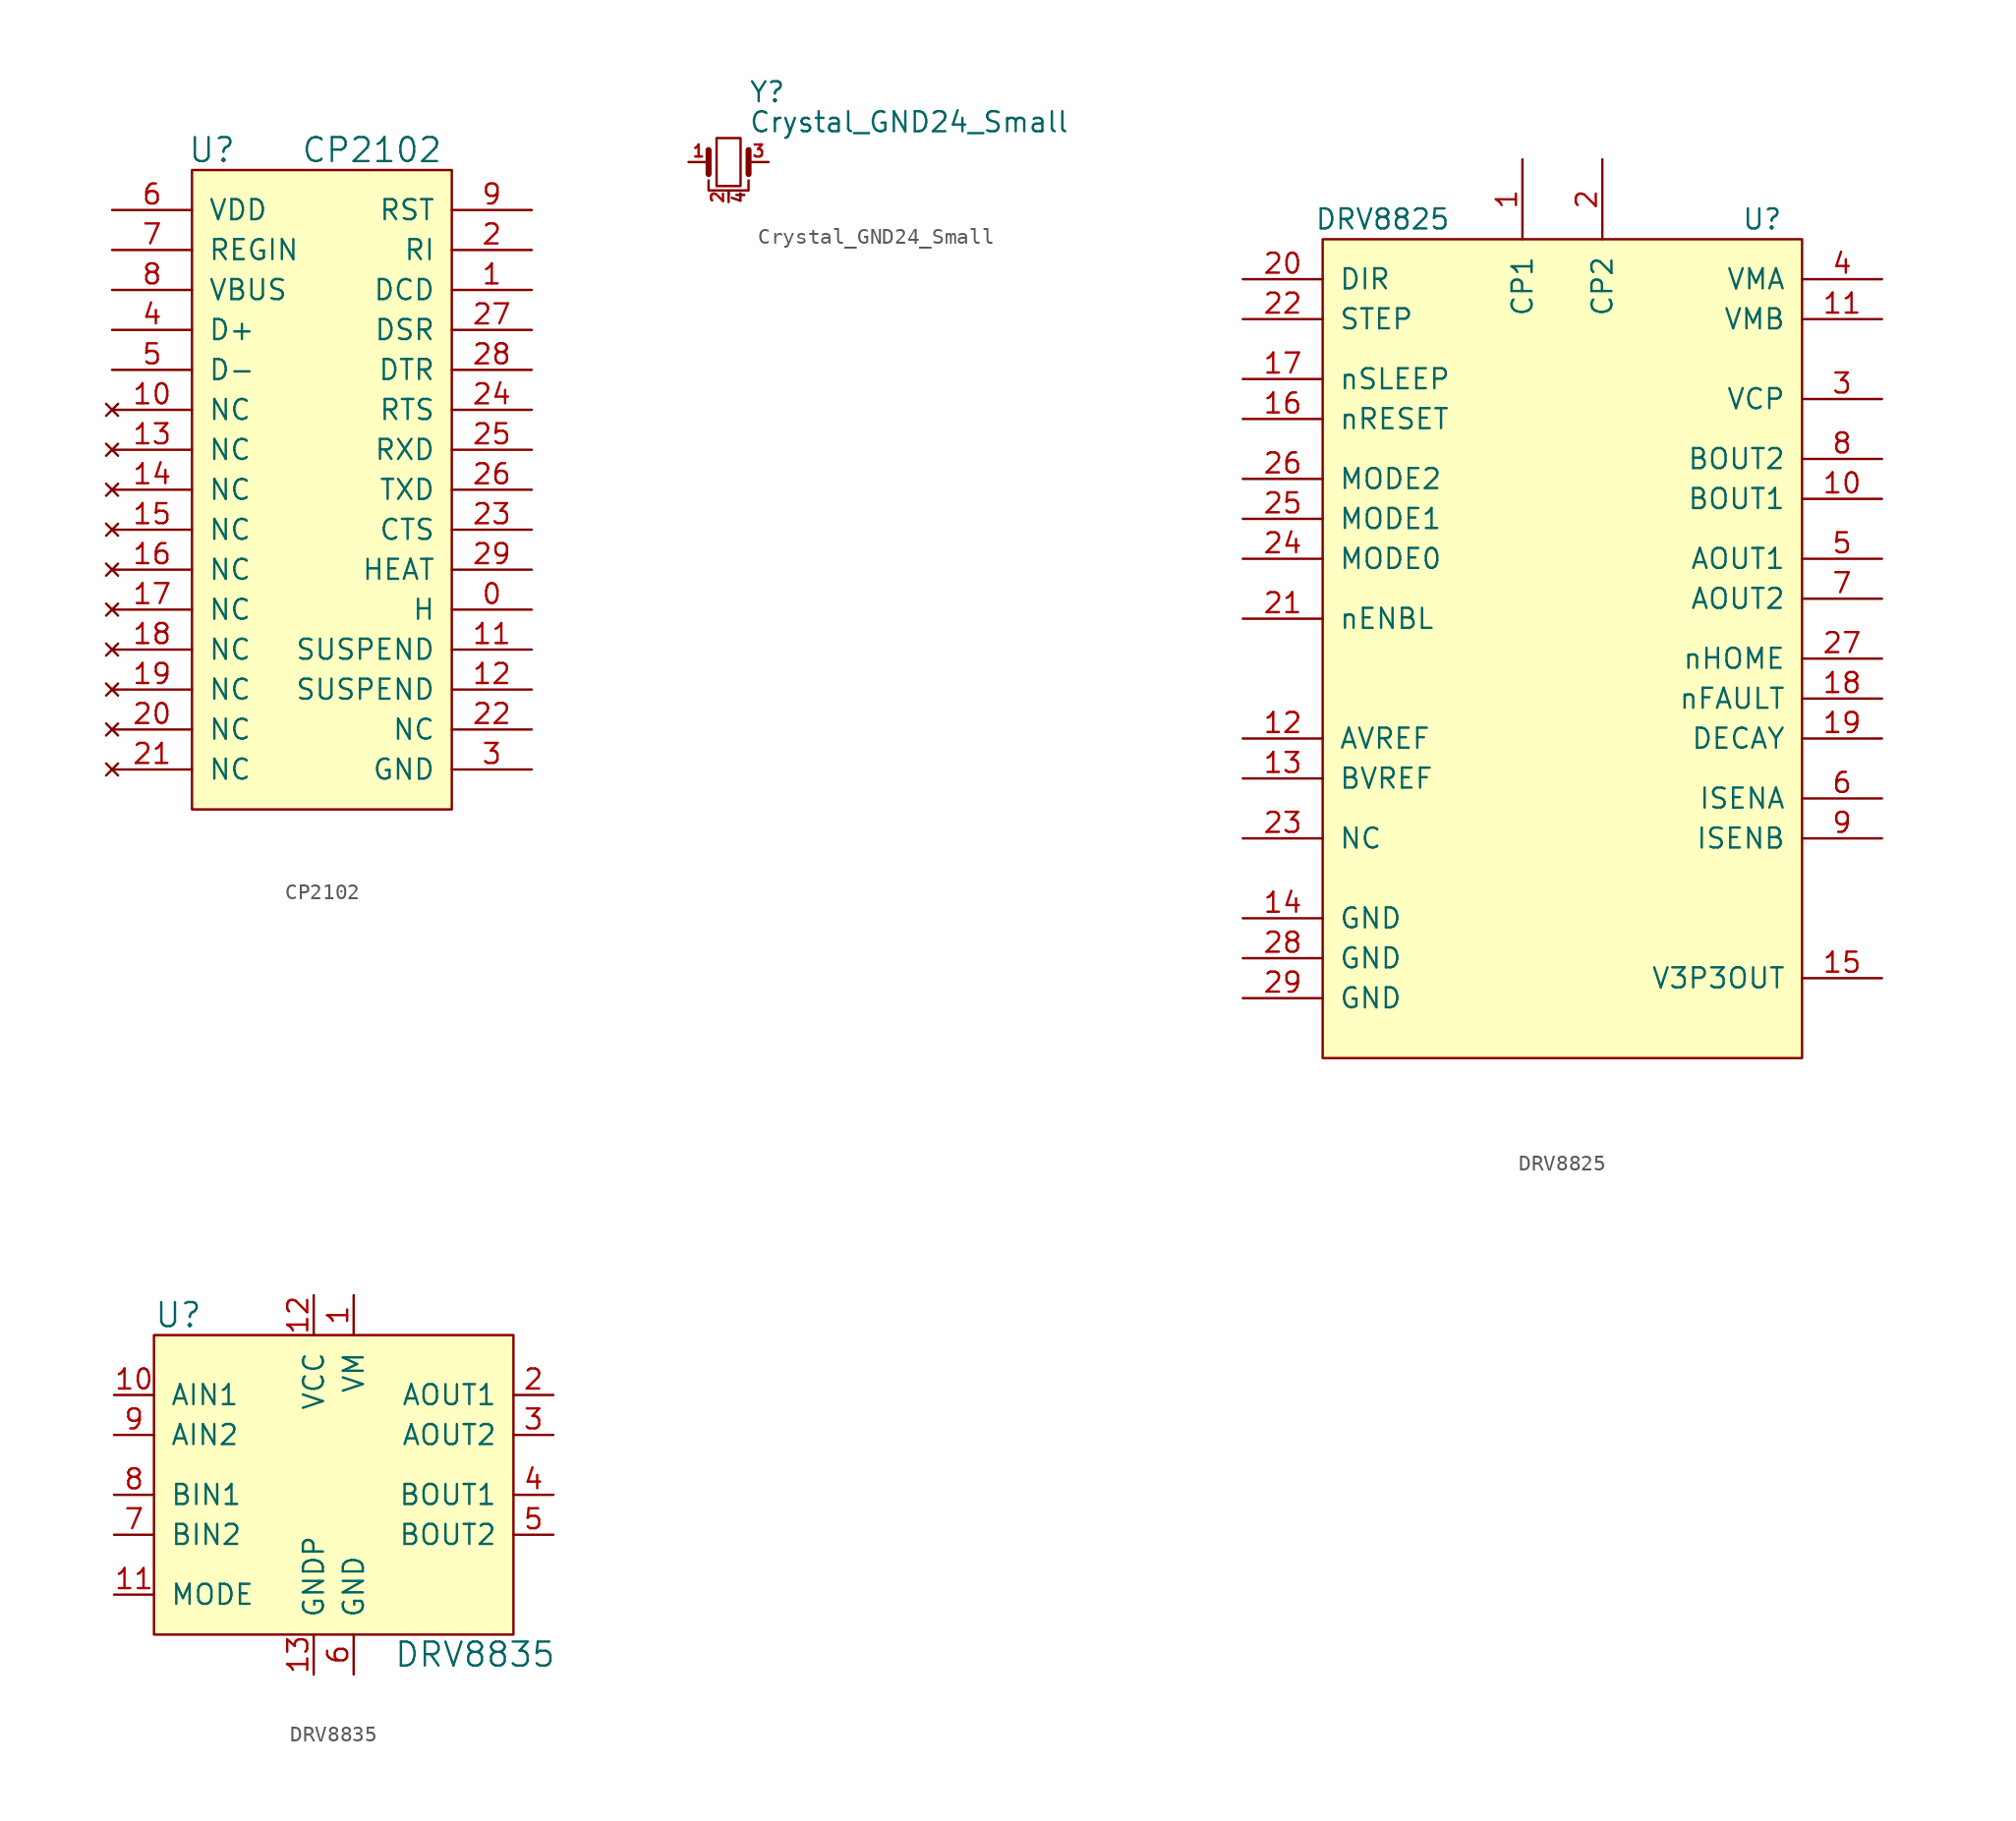
<source format=kicad_sym>
(kicad_symbol_lib
  (version 20211014)
  (generator kicad_symbol_editor)
  (symbol "CP2102"
    (pin_names
      (offset 1.016))
    (property "Reference" "U"
      (at -7.62 21.59 0)
      (effects (font (size 1.524 1.524))))
    (property "Value" "CP2102"
      (at 2.54 21.59 0)
      (effects (font (size 1.524 1.524))))
    (symbol "CP2102_0_1"
      (rectangle (start -8.89 20.32) (end 7.62 -20.32) (stroke (width 0) (type default) (color 0 0 0 0)) (fill (type background))))
    (symbol "CP2102_1_1"
      (pin input line (at 12.7 -7.62 180) (length 5.08) (name "H" (effects (font (size 1.27 1.27)))) (number "0" (effects (font (size 1.27 1.27)))))
      (pin input line (at 12.7 12.7 180) (length 5.08) (name "DCD" (effects (font (size 1.27 1.27)))) (number "1" (effects (font (size 1.27 1.27)))))
      (pin no_connect line (at -13.97 5.08 0) (length 5.08) (name "NC" (effects (font (size 1.27 1.27)))) (number "10" (effects (font (size 1.27 1.27)))))
      (pin input line (at 12.7 -10.16 180) (length 5.08) (name "SUSPEND" (effects (font (size 1.27 1.27)))) (number "11" (effects (font (size 1.27 1.27)))))
      (pin input line (at 12.7 -12.7 180) (length 5.08) (name "SUSPEND" (effects (font (size 1.27 1.27)))) (number "12" (effects (font (size 1.27 1.27)))))
      (pin no_connect line (at -13.97 2.54 0) (length 5.08) (name "NC" (effects (font (size 1.27 1.27)))) (number "13" (effects (font (size 1.27 1.27)))))
      (pin no_connect line (at -13.97 0 0) (length 5.08) (name "NC" (effects (font (size 1.27 1.27)))) (number "14" (effects (font (size 1.27 1.27)))))
      (pin no_connect line (at -13.97 -2.54 0) (length 5.08) (name "NC" (effects (font (size 1.27 1.27)))) (number "15" (effects (font (size 1.27 1.27)))))
      (pin no_connect line (at -13.97 -5.08 0) (length 5.08) (name "NC" (effects (font (size 1.27 1.27)))) (number "16" (effects (font (size 1.27 1.27)))))
      (pin no_connect line (at -13.97 -7.62 0) (length 5.08) (name "NC" (effects (font (size 1.27 1.27)))) (number "17" (effects (font (size 1.27 1.27)))))
      (pin no_connect line (at -13.97 -10.16 0) (length 5.08) (name "NC" (effects (font (size 1.27 1.27)))) (number "18" (effects (font (size 1.27 1.27)))))
      (pin no_connect line (at -13.97 -12.7 0) (length 5.08) (name "NC" (effects (font (size 1.27 1.27)))) (number "19" (effects (font (size 1.27 1.27)))))
      (pin input line (at 12.7 15.24 180) (length 5.08) (name "RI" (effects (font (size 1.27 1.27)))) (number "2" (effects (font (size 1.27 1.27)))))
      (pin no_connect line (at -13.97 -15.24 0) (length 5.08) (name "NC" (effects (font (size 1.27 1.27)))) (number "20" (effects (font (size 1.27 1.27)))))
      (pin no_connect line (at -13.97 -17.78 0) (length 5.08) (name "NC" (effects (font (size 1.27 1.27)))) (number "21" (effects (font (size 1.27 1.27)))))
      (pin input line (at 12.7 -15.24 180) (length 5.08) (name "NC" (effects (font (size 1.27 1.27)))) (number "22" (effects (font (size 1.27 1.27)))))
      (pin input line (at 12.7 -2.54 180) (length 5.08) (name "CTS" (effects (font (size 1.27 1.27)))) (number "23" (effects (font (size 1.27 1.27)))))
      (pin input line (at 12.7 5.08 180) (length 5.08) (name "RTS" (effects (font (size 1.27 1.27)))) (number "24" (effects (font (size 1.27 1.27)))))
      (pin input line (at 12.7 2.54 180) (length 5.08) (name "RXD" (effects (font (size 1.27 1.27)))) (number "25" (effects (font (size 1.27 1.27)))))
      (pin input line (at 12.7 0 180) (length 5.08) (name "TXD" (effects (font (size 1.27 1.27)))) (number "26" (effects (font (size 1.27 1.27)))))
      (pin input line (at 12.7 10.16 180) (length 5.08) (name "DSR" (effects (font (size 1.27 1.27)))) (number "27" (effects (font (size 1.27 1.27)))))
      (pin input line (at 12.7 7.62 180) (length 5.08) (name "DTR" (effects (font (size 1.27 1.27)))) (number "28" (effects (font (size 1.27 1.27)))))
      (pin input line (at 12.7 -5.08 180) (length 5.08) (name "HEAT" (effects (font (size 1.27 1.27)))) (number "29" (effects (font (size 1.27 1.27)))))
      (pin input line (at 12.7 -17.78 180) (length 5.08) (name "GND" (effects (font (size 1.27 1.27)))) (number "3" (effects (font (size 1.27 1.27)))))
      (pin input line (at -13.97 10.16 0) (length 5.08) (name "D+" (effects (font (size 1.27 1.27)))) (number "4" (effects (font (size 1.27 1.27)))))
      (pin input line (at -13.97 7.62 0) (length 5.08) (name "D-" (effects (font (size 1.27 1.27)))) (number "5" (effects (font (size 1.27 1.27)))))
      (pin input line (at -13.97 17.78 0) (length 5.08) (name "VDD" (effects (font (size 1.27 1.27)))) (number "6" (effects (font (size 1.27 1.27)))))
      (pin input line (at -13.97 15.24 0) (length 5.08) (name "REGIN" (effects (font (size 1.27 1.27)))) (number "7" (effects (font (size 1.27 1.27)))))
      (pin input line (at -13.97 12.7 0) (length 5.08) (name "VBUS" (effects (font (size 1.27 1.27)))) (number "8" (effects (font (size 1.27 1.27)))))
      (pin input line (at 12.7 17.78 180) (length 5.08) (name "RST" (effects (font (size 1.27 1.27)))) (number "9" (effects (font (size 1.27 1.27)))))))
  (symbol "Crystal_GND24_Small"
    (pin_names
      (offset 1.016) hide)
    (property "Reference" "Y"
      (at 1.27 4.445 0)
      (effects (font (size 1.27 1.27)) (justify left)))
    (property "Value" "Crystal_GND24_Small"
      (at 1.27 2.54 0)
      (effects (font (size 1.27 1.27)) (justify left)))
    (symbol "Crystal_GND24_Small_0_0"
      (polyline (pts (xy 0 -2.159) (xy 0 -1.905)) (stroke (width 0) (type default) (color 0 0 0 0)) (fill (type none)))
      (text "4" (at 0.66 -2.235 900) (effects (font (size 0.762 0.762)))))
    (symbol "Crystal_GND24_Small_0_1"
      (rectangle (start -0.762 -1.524) (end 0.762 1.524) (stroke (width 0) (type default) (color 0 0 0 0)) (fill (type none)))
      (polyline (pts (xy -1.27 -0.762) (xy -1.27 0.762)) (stroke (width 0.381) (type default) (color 0 0 0 0)) (fill (type none)))
      (polyline (pts (xy 1.27 -0.762) (xy 1.27 0.762)) (stroke (width 0.381) (type default) (color 0 0 0 0)) (fill (type none)))
      (polyline (pts (xy -1.27 -1.168) (xy -1.27 -1.803) (xy 1.27 -1.803) (xy 1.27 -1.168)) (stroke (width 0) (type default) (color 0 0 0 0)) (fill (type none))))
    (symbol "Crystal_GND24_Small_1_1"
      (pin passive line (at -2.54 0 0) (length 1.27) (name "1" (effects (font (size 1.27 1.27)))) (number "1" (effects (font (size 0.762 0.762)))))
      (pin passive line (at 0 -2.54 90) (length 0.635) (name "2" (effects (font (size 1.27 1.27)))) (number "2" (effects (font (size 0.762 0.762)))))
      (pin passive line (at 2.54 0 180) (length 1.27) (name "3" (effects (font (size 1.27 1.27)))) (number "3" (effects (font (size 0.762 0.762)))))
      (pin passive line (at 0 -2.54 90) (length 0.635) hide (name "4" (effects (font (size 1.27 1.27)))) (number "4" (effects (font (size 0.762 0.762)))))))
  (symbol "DRV8825"
    (pin_names
      (offset 1.016))
    (property "Reference" "U"
      (at 8.89 19.05 0)
      (effects (font (size 1.27 1.27))))
    (property "Value" "DRV8825"
      (at -15.24 19.05 0)
      (effects (font (size 1.27 1.27))))
    (symbol "DRV8825_0_1"
      (rectangle (start 11.43 -34.29) (end -19.05 17.78) (stroke (width 0) (type default) (color 0 0 0 0)) (fill (type background))))
    (symbol "DRV8825_1_1"
      (pin input line (at -6.35 22.86 270) (length 5.08) (name "CP1" (effects (font (size 1.27 1.27)))) (number "1" (effects (font (size 1.27 1.27)))))
      (pin input line (at 16.51 1.27 180) (length 5.08) (name "BOUT1" (effects (font (size 1.27 1.27)))) (number "10" (effects (font (size 1.27 1.27)))))
      (pin input line (at 16.51 12.7 180) (length 5.08) (name "VMB" (effects (font (size 1.27 1.27)))) (number "11" (effects (font (size 1.27 1.27)))))
      (pin input line (at -24.13 -13.97 0) (length 5.08) (name "AVREF" (effects (font (size 1.27 1.27)))) (number "12" (effects (font (size 1.27 1.27)))))
      (pin input line (at -24.13 -16.51 0) (length 5.08) (name "BVREF" (effects (font (size 1.27 1.27)))) (number "13" (effects (font (size 1.27 1.27)))))
      (pin input line (at -24.13 -25.4 0) (length 5.08) (name "GND" (effects (font (size 1.27 1.27)))) (number "14" (effects (font (size 1.27 1.27)))))
      (pin input line (at 16.51 -29.21 180) (length 5.08) (name "V3P3OUT" (effects (font (size 1.27 1.27)))) (number "15" (effects (font (size 1.27 1.27)))))
      (pin input line (at -24.13 6.35 0) (length 5.08) (name "nRESET" (effects (font (size 1.27 1.27)))) (number "16" (effects (font (size 1.27 1.27)))))
      (pin input line (at -24.13 8.89 0) (length 5.08) (name "nSLEEP" (effects (font (size 1.27 1.27)))) (number "17" (effects (font (size 1.27 1.27)))))
      (pin input line (at 16.51 -11.43 180) (length 5.08) (name "nFAULT" (effects (font (size 1.27 1.27)))) (number "18" (effects (font (size 1.27 1.27)))))
      (pin input line (at 16.51 -13.97 180) (length 5.08) (name "DECAY" (effects (font (size 1.27 1.27)))) (number "19" (effects (font (size 1.27 1.27)))))
      (pin input line (at -1.27 22.86 270) (length 5.08) (name "CP2" (effects (font (size 1.27 1.27)))) (number "2" (effects (font (size 1.27 1.27)))))
      (pin input line (at -24.13 15.24 0) (length 5.08) (name "DIR" (effects (font (size 1.27 1.27)))) (number "20" (effects (font (size 1.27 1.27)))))
      (pin input line (at -24.13 -6.35 0) (length 5.08) (name "nENBL" (effects (font (size 1.27 1.27)))) (number "21" (effects (font (size 1.27 1.27)))))
      (pin input line (at -24.13 12.7 0) (length 5.08) (name "STEP" (effects (font (size 1.27 1.27)))) (number "22" (effects (font (size 1.27 1.27)))))
      (pin input line (at -24.13 -20.32 0) (length 5.08) (name "NC" (effects (font (size 1.27 1.27)))) (number "23" (effects (font (size 1.27 1.27)))))
      (pin input line (at -24.13 -2.54 0) (length 5.08) (name "MODE0" (effects (font (size 1.27 1.27)))) (number "24" (effects (font (size 1.27 1.27)))))
      (pin input line (at -24.13 0 0) (length 5.08) (name "MODE1" (effects (font (size 1.27 1.27)))) (number "25" (effects (font (size 1.27 1.27)))))
      (pin input line (at -24.13 2.54 0) (length 5.08) (name "MODE2" (effects (font (size 1.27 1.27)))) (number "26" (effects (font (size 1.27 1.27)))))
      (pin input line (at 16.51 -8.89 180) (length 5.08) (name "nHOME" (effects (font (size 1.27 1.27)))) (number "27" (effects (font (size 1.27 1.27)))))
      (pin input line (at -24.13 -27.94 0) (length 5.08) (name "GND" (effects (font (size 1.27 1.27)))) (number "28" (effects (font (size 1.27 1.27)))))
      (pin input line (at -24.13 -30.48 0) (length 5.08) (name "GND" (effects (font (size 1.27 1.27)))) (number "29" (effects (font (size 1.27 1.27)))))
      (pin input line (at 16.51 7.62 180) (length 5.08) (name "VCP" (effects (font (size 1.27 1.27)))) (number "3" (effects (font (size 1.27 1.27)))))
      (pin input line (at 16.51 15.24 180) (length 5.08) (name "VMA" (effects (font (size 1.27 1.27)))) (number "4" (effects (font (size 1.27 1.27)))))
      (pin input line (at 16.51 -2.54 180) (length 5.08) (name "AOUT1" (effects (font (size 1.27 1.27)))) (number "5" (effects (font (size 1.27 1.27)))))
      (pin input line (at 16.51 -17.78 180) (length 5.08) (name "ISENA" (effects (font (size 1.27 1.27)))) (number "6" (effects (font (size 1.27 1.27)))))
      (pin input line (at 16.51 -5.08 180) (length 5.08) (name "AOUT2" (effects (font (size 1.27 1.27)))) (number "7" (effects (font (size 1.27 1.27)))))
      (pin input line (at 16.51 3.81 180) (length 5.08) (name "BOUT2" (effects (font (size 1.27 1.27)))) (number "8" (effects (font (size 1.27 1.27)))))
      (pin input line (at 16.51 -20.32 180) (length 5.08) (name "ISENB" (effects (font (size 1.27 1.27)))) (number "9" (effects (font (size 1.27 1.27)))))))
  (symbol "DRV8835"
    (pin_names
      (offset 1.016))
    (property "Reference" "U"
      (at -11.43 10.16 0)
      (effects (font (size 1.524 1.524)) (justify left)))
    (property "Value" "DRV8835"
      (at 3.81 -11.43 0)
      (effects (font (size 1.524 1.524)) (justify left)))
    (property "Footprint" ""
      (at -7.62 3.81 0)
      (effects (font (size 1.524 1.524))))
    (property "Datasheet" ""
      (at -7.62 3.81 0)
      (effects (font (size 1.524 1.524))))
    (symbol "DRV8835_0_1"
      (rectangle (start -11.43 8.89) (end 11.43 -10.16) (stroke (width 0) (type default) (color 0 0 0 0)) (fill (type background))))
    (symbol "DRV8835_1_1"
      (pin power_in line (at 1.27 11.43 270) (length 2.54) (name "VM" (effects (font (size 1.27 1.27)))) (number "1" (effects (font (size 1.27 1.27)))))
      (pin input line (at -13.97 5.08 0) (length 2.54) (name "AIN1" (effects (font (size 1.27 1.27)))) (number "10" (effects (font (size 1.27 1.27)))))
      (pin input line (at -13.97 -7.62 0) (length 2.54) (name "MODE" (effects (font (size 1.27 1.27)))) (number "11" (effects (font (size 1.27 1.27)))))
      (pin power_in line (at -1.27 11.43 270) (length 2.54) (name "VCC" (effects (font (size 1.27 1.27)))) (number "12" (effects (font (size 1.27 1.27)))))
      (pin power_in line (at -1.27 -12.7 90) (length 2.54) (name "GNDP" (effects (font (size 1.27 1.27)))) (number "13" (effects (font (size 1.27 1.27)))))
      (pin passive line (at 13.97 5.08 180) (length 2.54) (name "AOUT1" (effects (font (size 1.27 1.27)))) (number "2" (effects (font (size 1.27 1.27)))))
      (pin passive line (at 13.97 2.54 180) (length 2.54) (name "AOUT2" (effects (font (size 1.27 1.27)))) (number "3" (effects (font (size 1.27 1.27)))))
      (pin passive line (at 13.97 -1.27 180) (length 2.54) (name "BOUT1" (effects (font (size 1.27 1.27)))) (number "4" (effects (font (size 1.27 1.27)))))
      (pin passive line (at 13.97 -3.81 180) (length 2.54) (name "BOUT2" (effects (font (size 1.27 1.27)))) (number "5" (effects (font (size 1.27 1.27)))))
      (pin power_in line (at 1.27 -12.7 90) (length 2.54) (name "GND" (effects (font (size 1.27 1.27)))) (number "6" (effects (font (size 1.27 1.27)))))
      (pin input line (at -13.97 -3.81 0) (length 2.54) (name "BIN2" (effects (font (size 1.27 1.27)))) (number "7" (effects (font (size 1.27 1.27)))))
      (pin input line (at -13.97 -1.27 0) (length 2.54) (name "BIN1" (effects (font (size 1.27 1.27)))) (number "8" (effects (font (size 1.27 1.27)))))
      (pin input line (at -13.97 2.54 0) (length 2.54) (name "AIN2" (effects (font (size 1.27 1.27)))) (number "9" (effects (font (size 1.27 1.27))))))))
</source>
